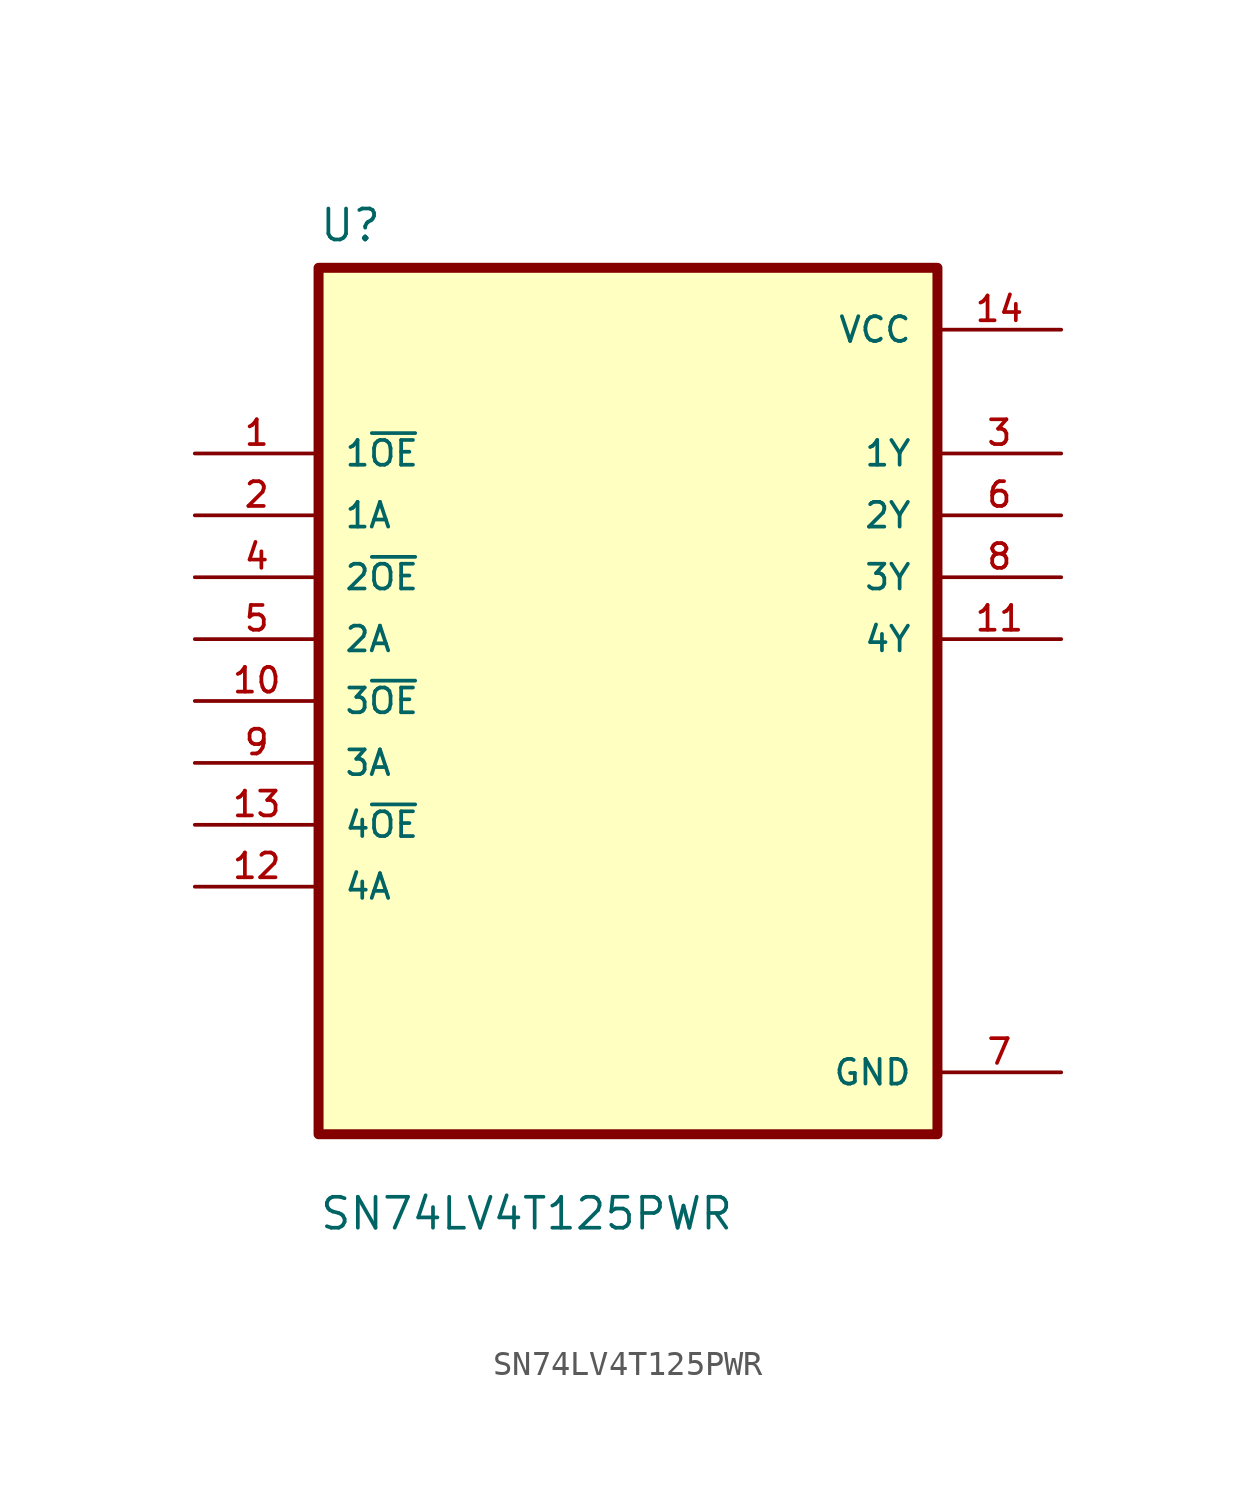
<source format=kicad_sym>
(kicad_symbol_lib
  (version 20211014)
  (generator kicad_symbol_editor)
  (symbol "SN74LV4T125PWR"
    (pin_names
      (offset 1.016))
    (property "Reference" "U"
      (at -12.7 18.78 0.0)
      (effects (font (size 1.27 1.27)) (justify bottom left)))
    (property "Value" "SN74LV4T125PWR"
      (at -12.7 -21.78 0.0)
      (effects (font (size 1.27 1.27)) (justify bottom left)))
    (symbol "SN74LV4T125PWR_0_0"
      (rectangle (start -12.7 -17.78) (end 12.7 17.78) (stroke (width 0.41)) (fill (type background)))
      (pin input line (at -17.78 10.16 0) (length 5.08) (name "1~{OE}" (effects (font (size 1.016 1.016)))) (number "1" (effects (font (size 1.016 1.016)))))
      (pin input line (at -17.78 7.62 0) (length 5.08) (name "1A" (effects (font (size 1.016 1.016)))) (number "2" (effects (font (size 1.016 1.016)))))
      (pin input line (at -17.78 5.08 0) (length 5.08) (name "2~{OE}" (effects (font (size 1.016 1.016)))) (number "4" (effects (font (size 1.016 1.016)))))
      (pin input line (at -17.78 2.54 0) (length 5.08) (name "2A" (effects (font (size 1.016 1.016)))) (number "5" (effects (font (size 1.016 1.016)))))
      (pin input line (at -17.78 0.0 0) (length 5.08) (name "3~{OE}" (effects (font (size 1.016 1.016)))) (number "10" (effects (font (size 1.016 1.016)))))
      (pin input line (at -17.78 -2.54 0) (length 5.08) (name "3A" (effects (font (size 1.016 1.016)))) (number "9" (effects (font (size 1.016 1.016)))))
      (pin input line (at -17.78 -5.08 0) (length 5.08) (name "4~{OE}" (effects (font (size 1.016 1.016)))) (number "13" (effects (font (size 1.016 1.016)))))
      (pin input line (at -17.78 -7.62 0) (length 5.08) (name "4A" (effects (font (size 1.016 1.016)))) (number "12" (effects (font (size 1.016 1.016)))))
      (pin power_in line (at 17.78 15.24 180.0) (length 5.08) (name "VCC" (effects (font (size 1.016 1.016)))) (number "14" (effects (font (size 1.016 1.016)))))
      (pin output line (at 17.78 10.16 180.0) (length 5.08) (name "1Y" (effects (font (size 1.016 1.016)))) (number "3" (effects (font (size 1.016 1.016)))))
      (pin output line (at 17.78 7.62 180.0) (length 5.08) (name "2Y" (effects (font (size 1.016 1.016)))) (number "6" (effects (font (size 1.016 1.016)))))
      (pin output line (at 17.78 5.08 180.0) (length 5.08) (name "3Y" (effects (font (size 1.016 1.016)))) (number "8" (effects (font (size 1.016 1.016)))))
      (pin output line (at 17.78 2.54 180.0) (length 5.08) (name "4Y" (effects (font (size 1.016 1.016)))) (number "11" (effects (font (size 1.016 1.016)))))
      (pin power_in line (at 17.78 -15.24 180.0) (length 5.08) (name "GND" (effects (font (size 1.016 1.016)))) (number "7" (effects (font (size 1.016 1.016))))))))
</source>
